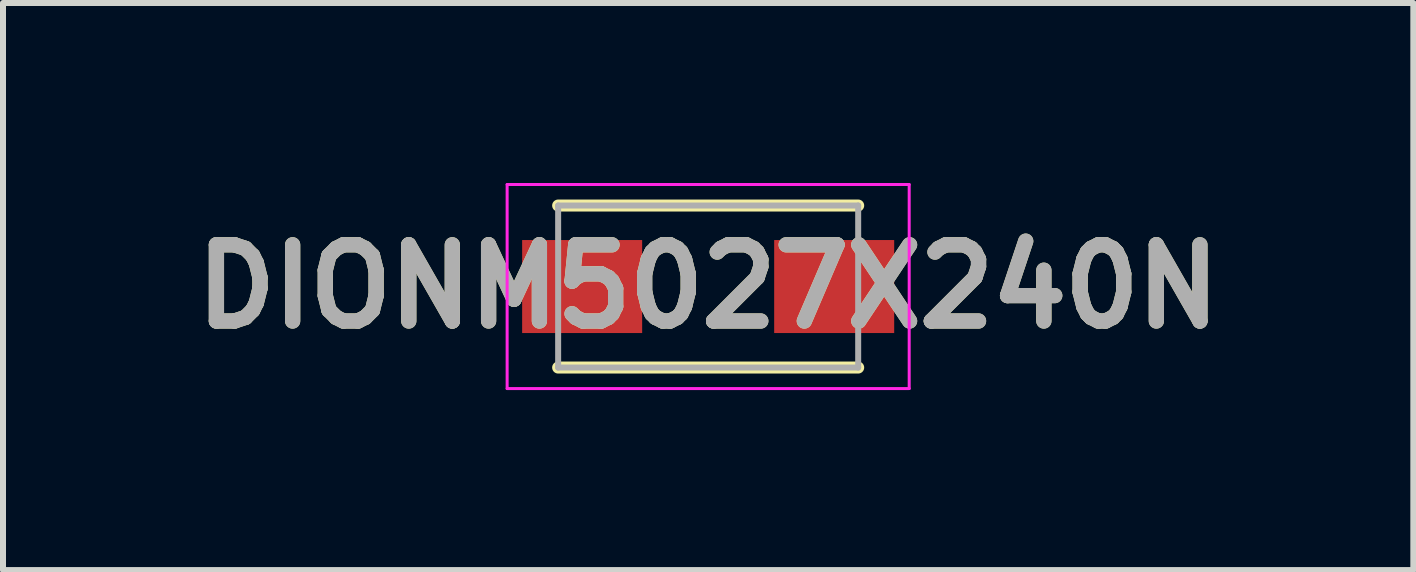
<source format=kicad_pcb>
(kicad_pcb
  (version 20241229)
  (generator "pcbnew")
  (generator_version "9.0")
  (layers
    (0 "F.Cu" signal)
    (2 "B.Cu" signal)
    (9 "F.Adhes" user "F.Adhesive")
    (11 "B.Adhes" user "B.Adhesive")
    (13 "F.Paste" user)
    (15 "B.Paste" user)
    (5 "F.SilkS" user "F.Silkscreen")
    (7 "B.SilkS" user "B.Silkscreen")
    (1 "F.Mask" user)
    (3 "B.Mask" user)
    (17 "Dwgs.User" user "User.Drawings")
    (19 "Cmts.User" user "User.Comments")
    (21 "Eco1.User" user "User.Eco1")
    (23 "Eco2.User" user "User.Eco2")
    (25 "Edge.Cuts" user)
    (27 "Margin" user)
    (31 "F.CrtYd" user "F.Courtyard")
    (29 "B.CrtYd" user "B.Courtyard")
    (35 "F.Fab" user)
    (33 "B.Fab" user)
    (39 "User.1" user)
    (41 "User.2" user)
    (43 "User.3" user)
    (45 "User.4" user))
  (footprint "DIONM5027X240N"
    (layer "F.Cu")
    (at 8.751 1.725)
    (property "Reference" "DIONM5027X240N" (at 0 0 0) (layer "F.SilkS") (effects (font (size 1.27 1.27) (thickness 0.254))))
    (attr smd)
    (fp_line (start -2.5 1.35) (end 2.5 1.35) (stroke (width 0.2) (type solid)) (layer "F.SilkS"))
    (fp_line (start 2.5 -1.35) (end -2.5 -1.35) (stroke (width 0.2) (type solid)) (layer "F.SilkS"))
    (fp_line (start -3.35 -1.7) (end 3.35 -1.7) (stroke (width 0.05) (type solid)) (layer "F.CrtYd"))
    (fp_line (start -3.35 1.7) (end -3.35 -1.7) (stroke (width 0.05) (type solid)) (layer "F.CrtYd"))
    (fp_line (start 3.35 -1.7) (end 3.35 1.7) (stroke (width 0.05) (type solid)) (layer "F.CrtYd"))
    (fp_line (start 3.35 1.7) (end -3.35 1.7) (stroke (width 0.05) (type solid)) (layer "F.CrtYd"))
    (fp_line (start -2.5 -1.35) (end 2.5 -1.35) (stroke (width 0.1) (type solid)) (layer "F.Fab"))
    (fp_line (start -2.5 1.35) (end -2.5 -1.35) (stroke (width 0.1) (type solid)) (layer "F.Fab"))
    (fp_line (start 2.5 -1.35) (end 2.5 1.35) (stroke (width 0.1) (type solid)) (layer "F.Fab"))
    (fp_line (start 2.5 1.35) (end -2.5 1.35) (stroke (width 0.1) (type solid)) (layer "F.Fab"))
    (fp_text user "${REFERENCE}" (at 0 0 0) (layer "F.Fab") (effects (font (size 1.27 1.27) (thickness 0.254))))
    (pad "1" smd rect (at -2.1 0 90) (size 1.55 2) (layers "F.Cu" "F.Mask" "F.Paste"))
    (pad "2" smd rect (at 2.1 0 90) (size 1.55 2) (layers "F.Cu" "F.Mask" "F.Paste")))
  (gr_rect
    (start -3 -3)
    (end 20.502 6.45)
    (stroke (width 0.1) (type default))
    (fill no)
    (layer "Edge.Cuts")))
</source>
